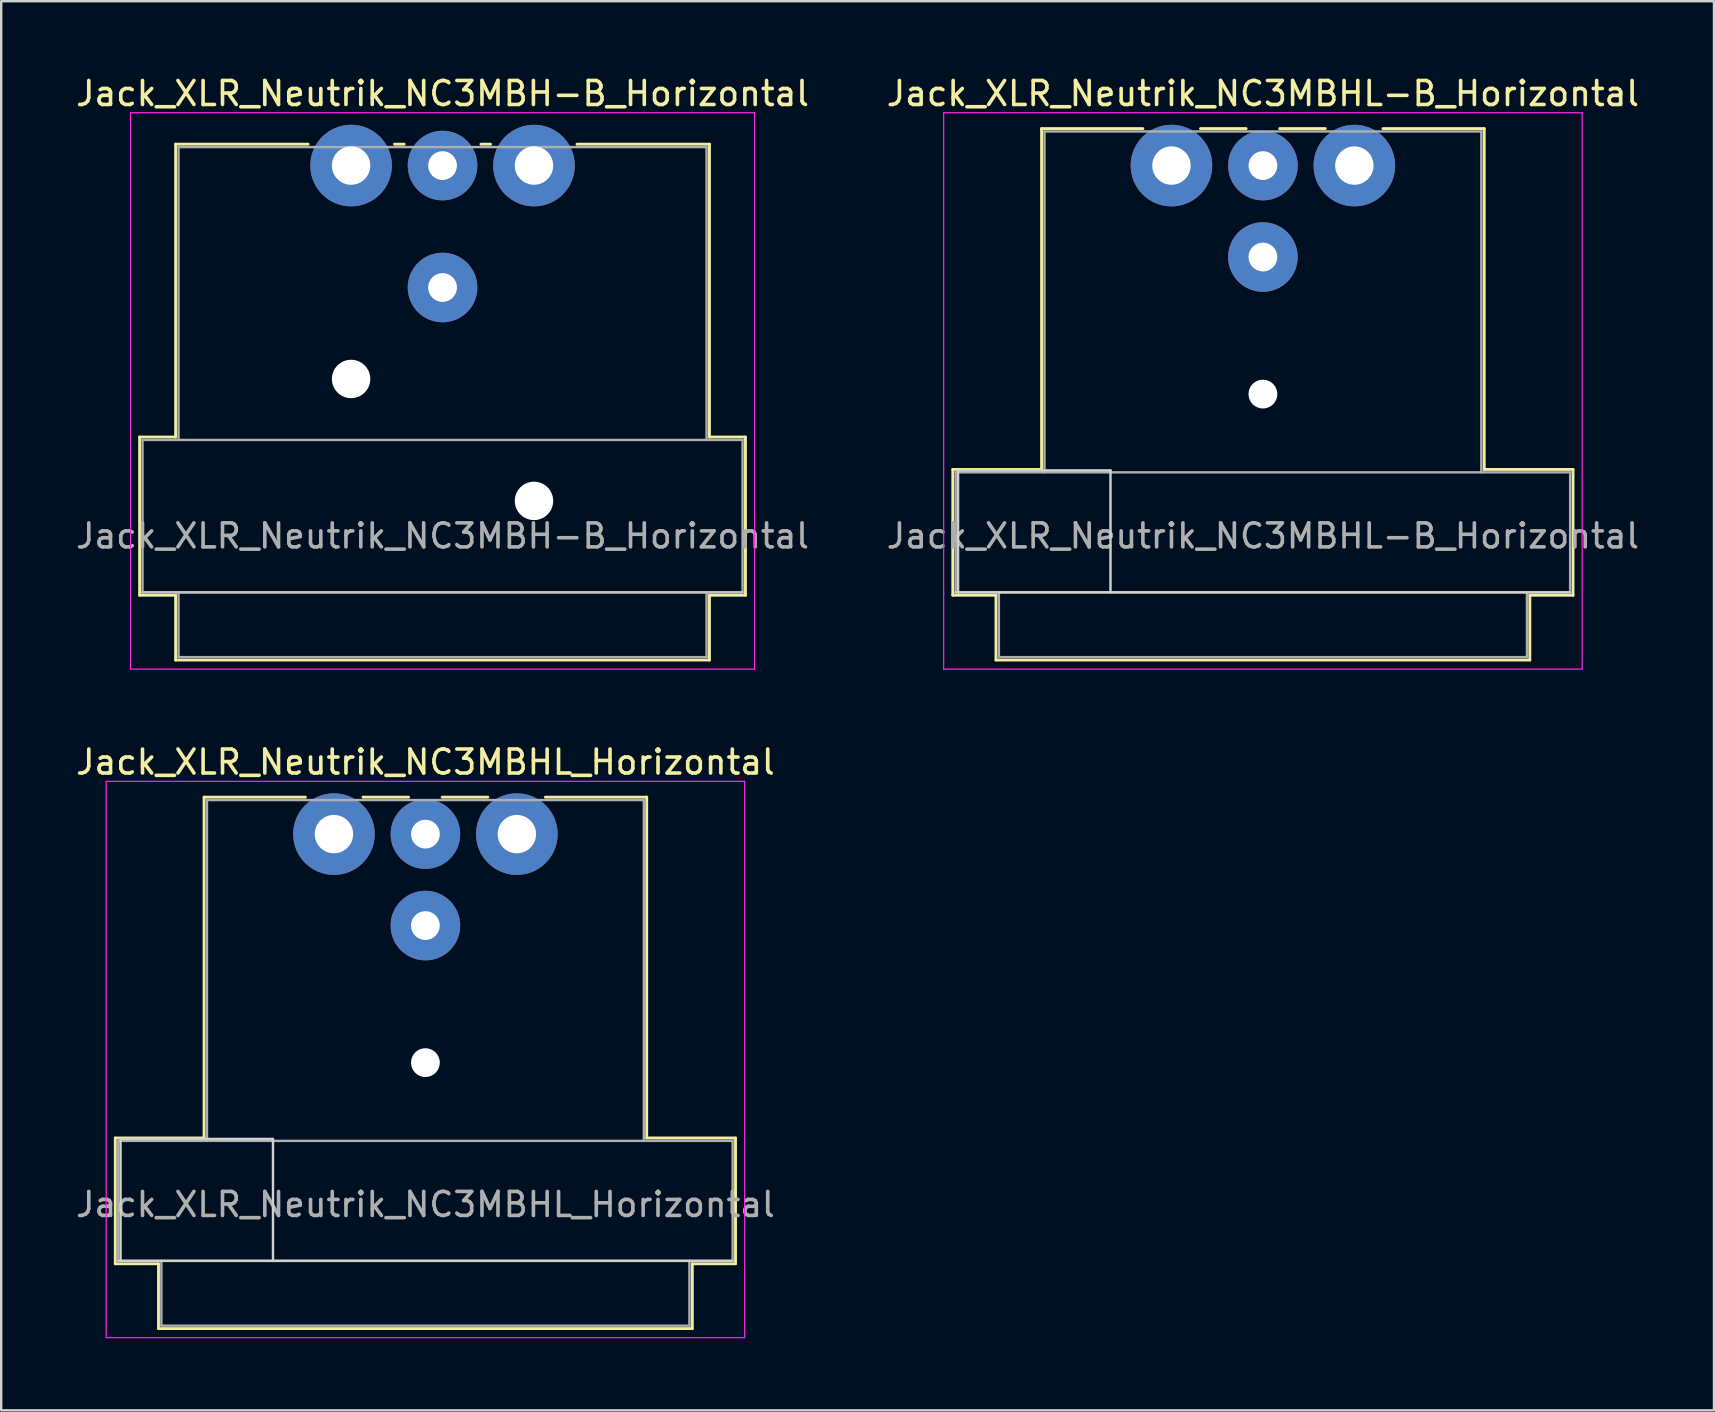
<source format=kicad_pcb>
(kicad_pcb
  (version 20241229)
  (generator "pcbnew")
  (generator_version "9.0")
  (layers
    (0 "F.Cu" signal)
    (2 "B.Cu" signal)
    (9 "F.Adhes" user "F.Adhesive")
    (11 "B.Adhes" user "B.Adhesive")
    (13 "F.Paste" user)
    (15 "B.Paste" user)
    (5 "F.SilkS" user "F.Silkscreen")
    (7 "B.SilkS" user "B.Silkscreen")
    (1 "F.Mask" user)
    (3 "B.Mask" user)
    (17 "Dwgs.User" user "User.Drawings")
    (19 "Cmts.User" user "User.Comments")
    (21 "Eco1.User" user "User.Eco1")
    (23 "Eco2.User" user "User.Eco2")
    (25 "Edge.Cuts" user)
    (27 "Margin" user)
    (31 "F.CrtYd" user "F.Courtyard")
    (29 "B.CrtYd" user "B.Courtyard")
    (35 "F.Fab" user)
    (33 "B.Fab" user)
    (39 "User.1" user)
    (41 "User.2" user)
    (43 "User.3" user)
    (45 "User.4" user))
  (footprint "Jack_XLR_Neutrik_NC3MBHL-B_Horizontal"
    (layer "F.Cu")
    (at 45.755 3.848)
    (property "Reference" "Jack_XLR_Neutrik_NC3MBHL-B_Horizontal" (at 3.81 -3 0) (layer "F.SilkS") (effects (font (size 1 1) (thickness 0.15))))
    (attr through_hole)
    (fp_line (start -9.11 12.66) (end -5.41 12.66) (stroke (width 0.12) (type solid)) (layer "F.SilkS"))
    (fp_line (start -9.11 17.9) (end -9.11 12.66) (stroke (width 0.12) (type solid)) (layer "F.SilkS"))
    (fp_line (start -7.31 17.9) (end -9.11 17.9) (stroke (width 0.12) (type solid)) (layer "F.SilkS"))
    (fp_line (start -7.31 17.9) (end -7.31 20.6) (stroke (width 0.12) (type solid)) (layer "F.SilkS"))
    (fp_line (start -5.41 12.66) (end -5.41 -1.54) (stroke (width 0.12) (type solid)) (layer "F.SilkS"))
    (fp_line (start -1.19 -1.54) (end -5.41 -1.54) (stroke (width 0.12) (type solid)) (layer "F.SilkS"))
    (fp_line (start 3.11 -1.54) (end 1.21 -1.54) (stroke (width 0.12) (type solid)) (layer "F.SilkS"))
    (fp_line (start 4.51 -1.54) (end 6.41 -1.54) (stroke (width 0.12) (type solid)) (layer "F.SilkS"))
    (fp_line (start 13.03 -1.54) (end 8.81 -1.54) (stroke (width 0.12) (type solid)) (layer "F.SilkS"))
    (fp_line (start 13.03 12.66) (end 13.03 -1.54) (stroke (width 0.12) (type solid)) (layer "F.SilkS"))
    (fp_line (start 13.03 12.66) (end 16.73 12.66) (stroke (width 0.12) (type solid)) (layer "F.SilkS"))
    (fp_line (start 14.93 17.9) (end 14.93 20.6) (stroke (width 0.12) (type solid)) (layer "F.SilkS"))
    (fp_line (start 14.93 20.6) (end -7.31 20.6) (stroke (width 0.12) (type solid)) (layer "F.SilkS"))
    (fp_line (start 16.73 17.9) (end 14.93 17.9) (stroke (width 0.12) (type solid)) (layer "F.SilkS"))
    (fp_line (start 16.73 17.9) (end 16.73 12.66) (stroke (width 0.12) (type solid)) (layer "F.SilkS"))
    (fp_line (start -8.89 12.7) (end -8.89 17.78) (stroke (width 0.1) (type solid)) (layer "Edge.Cuts"))
    (fp_line (start -2.54 12.7) (end -8.89 12.7) (stroke (width 0.1) (type solid)) (layer "Edge.Cuts"))
    (fp_line (start -2.54 17.78) (end -2.54 12.7) (stroke (width 0.1) (type solid)) (layer "Edge.Cuts"))
    (fp_line (start 16.61 17.78) (end -8.99 17.78) (stroke (width 0.1) (type solid)) (layer "Edge.Cuts"))
    (fp_line (start -9.49 20.98) (end -9.49 -2.2) (stroke (width 0.05) (type solid)) (layer "F.CrtYd"))
    (fp_line (start 17.11 -2.2) (end -9.49 -2.2) (stroke (width 0.05) (type solid)) (layer "F.CrtYd"))
    (fp_line (start 17.11 20.98) (end -9.49 20.98) (stroke (width 0.05) (type solid)) (layer "F.CrtYd"))
    (fp_line (start 17.11 20.98) (end 17.11 -2.2) (stroke (width 0.05) (type solid)) (layer "F.CrtYd"))
    (fp_line (start -8.99 12.78) (end 16.61 12.78) (stroke (width 0.1) (type solid)) (layer "F.Fab"))
    (fp_line (start -8.99 17.78) (end -8.99 12.78) (stroke (width 0.1) (type solid)) (layer "F.Fab"))
    (fp_line (start -7.19 20.48) (end -7.19 17.78) (stroke (width 0.1) (type solid)) (layer "F.Fab"))
    (fp_line (start -5.29 -1.42) (end -5.29 12.78) (stroke (width 0.1) (type solid)) (layer "F.Fab"))
    (fp_line (start 12.91 -1.42) (end -5.29 -1.42) (stroke (width 0.1) (type solid)) (layer "F.Fab"))
    (fp_line (start 12.91 12.78) (end 12.91 -1.42) (stroke (width 0.1) (type solid)) (layer "F.Fab"))
    (fp_line (start 14.81 17.78) (end 14.81 20.48) (stroke (width 0.1) (type solid)) (layer "F.Fab"))
    (fp_line (start 14.81 20.48) (end -7.19 20.48) (stroke (width 0.1) (type solid)) (layer "F.Fab"))
    (fp_line (start 16.61 12.78) (end 16.61 17.78) (stroke (width 0.1) (type solid)) (layer "F.Fab"))
    (fp_line (start 16.61 17.78) (end -8.99 17.78) (stroke (width 0.1) (type solid)) (layer "F.Fab"))
    (fp_text user "${REFERENCE}" (at 3.81 15.43 0) (layer "F.Fab") (effects (font (size 1 1) (thickness 0.15))))
    (pad "" np_thru_hole circle (at 3.81 9.52) (size 1.2 1.2) (drill 1.2) (layers "*.Cu" "*.Mask"))
    (pad "1" thru_hole circle (at 0 0) (size 3.4 3.4) (drill 1.6) (layers "*.Cu" "*.Mask"))
    (pad "2" thru_hole circle (at 3.81 0) (size 2.9 2.9) (drill 1.2) (layers "*.Cu" "*.Mask"))
    (pad "3" thru_hole circle (at 7.62 0) (size 3.4 3.4) (drill 1.6) (layers "*.Cu" "*.Mask"))
    (pad "G" thru_hole circle (at 3.81 3.81) (size 2.9 2.9) (drill 1.2) (layers "*.Cu" "*.Mask")))
  (footprint "Jack_XLR_Neutrik_NC3MBHL_Horizontal"
    (layer "F.Cu")
    (at 10.863 31.701)
    (property "Reference" "Jack_XLR_Neutrik_NC3MBHL_Horizontal" (at 3.81 -3 0) (layer "F.SilkS") (effects (font (size 1 1) (thickness 0.15))))
    (attr through_hole)
    (fp_line (start -9.11 12.66) (end -5.41 12.66) (stroke (width 0.12) (type solid)) (layer "F.SilkS"))
    (fp_line (start -9.11 17.9) (end -9.11 12.66) (stroke (width 0.12) (type solid)) (layer "F.SilkS"))
    (fp_line (start -7.31 17.9) (end -9.11 17.9) (stroke (width 0.12) (type solid)) (layer "F.SilkS"))
    (fp_line (start -7.31 17.9) (end -7.31 20.6) (stroke (width 0.12) (type solid)) (layer "F.SilkS"))
    (fp_line (start -5.41 12.66) (end -5.41 -1.54) (stroke (width 0.12) (type solid)) (layer "F.SilkS"))
    (fp_line (start -1.19 -1.54) (end -5.41 -1.54) (stroke (width 0.12) (type solid)) (layer "F.SilkS"))
    (fp_line (start 3.11 -1.54) (end 1.21 -1.54) (stroke (width 0.12) (type solid)) (layer "F.SilkS"))
    (fp_line (start 4.51 -1.54) (end 6.41 -1.54) (stroke (width 0.12) (type solid)) (layer "F.SilkS"))
    (fp_line (start 13.03 -1.54) (end 8.81 -1.54) (stroke (width 0.12) (type solid)) (layer "F.SilkS"))
    (fp_line (start 13.03 12.66) (end 13.03 -1.54) (stroke (width 0.12) (type solid)) (layer "F.SilkS"))
    (fp_line (start 13.03 12.66) (end 16.73 12.66) (stroke (width 0.12) (type solid)) (layer "F.SilkS"))
    (fp_line (start 14.93 17.9) (end 14.93 20.6) (stroke (width 0.12) (type solid)) (layer "F.SilkS"))
    (fp_line (start 14.93 20.6) (end -7.31 20.6) (stroke (width 0.12) (type solid)) (layer "F.SilkS"))
    (fp_line (start 16.73 17.9) (end 14.93 17.9) (stroke (width 0.12) (type solid)) (layer "F.SilkS"))
    (fp_line (start 16.73 17.9) (end 16.73 12.66) (stroke (width 0.12) (type solid)) (layer "F.SilkS"))
    (fp_line (start -8.89 12.7) (end -8.89 17.78) (stroke (width 0.1) (type solid)) (layer "Edge.Cuts"))
    (fp_line (start -2.54 12.7) (end -8.89 12.7) (stroke (width 0.1) (type solid)) (layer "Edge.Cuts"))
    (fp_line (start -2.54 17.78) (end -2.54 12.7) (stroke (width 0.1) (type solid)) (layer "Edge.Cuts"))
    (fp_line (start 16.61 17.78) (end -8.99 17.78) (stroke (width 0.1) (type solid)) (layer "Edge.Cuts"))
    (fp_line (start -9.49 20.98) (end -9.49 -2.2) (stroke (width 0.05) (type solid)) (layer "F.CrtYd"))
    (fp_line (start 17.11 -2.2) (end -9.49 -2.2) (stroke (width 0.05) (type solid)) (layer "F.CrtYd"))
    (fp_line (start 17.11 20.98) (end -9.49 20.98) (stroke (width 0.05) (type solid)) (layer "F.CrtYd"))
    (fp_line (start 17.11 20.98) (end 17.11 -2.2) (stroke (width 0.05) (type solid)) (layer "F.CrtYd"))
    (fp_line (start -8.99 12.78) (end 16.61 12.78) (stroke (width 0.1) (type solid)) (layer "F.Fab"))
    (fp_line (start -8.99 17.78) (end -8.99 12.78) (stroke (width 0.1) (type solid)) (layer "F.Fab"))
    (fp_line (start -7.19 20.48) (end -7.19 17.78) (stroke (width 0.1) (type solid)) (layer "F.Fab"))
    (fp_line (start -5.29 -1.42) (end -5.29 12.78) (stroke (width 0.1) (type solid)) (layer "F.Fab"))
    (fp_line (start 12.91 -1.42) (end -5.29 -1.42) (stroke (width 0.1) (type solid)) (layer "F.Fab"))
    (fp_line (start 12.91 12.78) (end 12.91 -1.42) (stroke (width 0.1) (type solid)) (layer "F.Fab"))
    (fp_line (start 14.81 17.78) (end 14.81 20.48) (stroke (width 0.1) (type solid)) (layer "F.Fab"))
    (fp_line (start 14.81 20.48) (end -7.19 20.48) (stroke (width 0.1) (type solid)) (layer "F.Fab"))
    (fp_line (start 16.61 12.78) (end 16.61 17.78) (stroke (width 0.1) (type solid)) (layer "F.Fab"))
    (fp_line (start 16.61 17.78) (end -8.99 17.78) (stroke (width 0.1) (type solid)) (layer "F.Fab"))
    (fp_text user "${REFERENCE}" (at 3.81 15.43 0) (layer "F.Fab") (effects (font (size 1 1) (thickness 0.15))))
    (pad "" np_thru_hole circle (at 3.81 9.52) (size 1.2 1.2) (drill 1.2) (layers "*.Cu" "*.Mask"))
    (pad "1" thru_hole circle (at 0 0) (size 3.4 3.4) (drill 1.6) (layers "*.Cu" "*.Mask"))
    (pad "2" thru_hole circle (at 3.81 0) (size 2.9 2.9) (drill 1.2) (layers "*.Cu" "*.Mask"))
    (pad "3" thru_hole circle (at 7.62 0) (size 3.4 3.4) (drill 1.6) (layers "*.Cu" "*.Mask"))
    (pad "G" thru_hole circle (at 3.81 3.81) (size 2.9 2.9) (drill 1.2) (layers "*.Cu" "*.Mask")))
  (footprint "Jack_XLR_Neutrik_NC3MBH-B_Horizontal"
    (layer "F.Cu")
    (at 11.577 3.848)
    (property "Reference" "Jack_XLR_Neutrik_NC3MBH-B_Horizontal" (at 3.81 -3 0) (layer "F.SilkS") (effects (font (size 1 1) (thickness 0.15))))
    (attr through_hole)
    (fp_line (start -8.81 11.31) (end -7.31 11.31) (stroke (width 0.12) (type solid)) (layer "F.SilkS"))
    (fp_line (start -8.81 17.9) (end -8.81 11.31) (stroke (width 0.12) (type solid)) (layer "F.SilkS"))
    (fp_line (start -7.31 11.31) (end -7.31 -0.89) (stroke (width 0.12) (type solid)) (layer "F.SilkS"))
    (fp_line (start -7.31 17.9) (end -8.81 17.9) (stroke (width 0.12) (type solid)) (layer "F.SilkS"))
    (fp_line (start -7.31 17.9) (end -7.31 20.6) (stroke (width 0.12) (type solid)) (layer "F.SilkS"))
    (fp_line (start -1.79 -0.89) (end -7.31 -0.89) (stroke (width 0.12) (type solid)) (layer "F.SilkS"))
    (fp_line (start 2.21 -0.89) (end 1.81 -0.89) (stroke (width 0.12) (type solid)) (layer "F.SilkS"))
    (fp_line (start 5.41 -0.89) (end 5.81 -0.89) (stroke (width 0.12) (type solid)) (layer "F.SilkS"))
    (fp_line (start 14.93 -0.89) (end 9.41 -0.89) (stroke (width 0.12) (type solid)) (layer "F.SilkS"))
    (fp_line (start 14.93 11.31) (end 14.93 -0.89) (stroke (width 0.12) (type solid)) (layer "F.SilkS"))
    (fp_line (start 14.93 11.31) (end 16.43 11.31) (stroke (width 0.12) (type solid)) (layer "F.SilkS"))
    (fp_line (start 14.93 17.9) (end 14.93 20.6) (stroke (width 0.12) (type solid)) (layer "F.SilkS"))
    (fp_line (start 14.93 20.6) (end -7.31 20.6) (stroke (width 0.12) (type solid)) (layer "F.SilkS"))
    (fp_line (start 16.43 17.9) (end 14.93 17.9) (stroke (width 0.12) (type solid)) (layer "F.SilkS"))
    (fp_line (start 16.43 17.9) (end 16.43 11.31) (stroke (width 0.12) (type solid)) (layer "F.SilkS"))
    (fp_line (start 16.31 17.78) (end -8.69 17.78) (stroke (width 0.1) (type solid)) (layer "Dwgs.User"))
    (fp_line (start -9.19 20.98) (end -9.19 -2.2) (stroke (width 0.05) (type solid)) (layer "F.CrtYd"))
    (fp_line (start 16.81 -2.2) (end -9.19 -2.2) (stroke (width 0.05) (type solid)) (layer "F.CrtYd"))
    (fp_line (start 16.81 20.98) (end -9.19 20.98) (stroke (width 0.05) (type solid)) (layer "F.CrtYd"))
    (fp_line (start 16.81 20.98) (end 16.81 -2.2) (stroke (width 0.05) (type solid)) (layer "F.CrtYd"))
    (fp_line (start -8.69 11.43) (end 16.31 11.43) (stroke (width 0.1) (type solid)) (layer "F.Fab"))
    (fp_line (start -8.69 17.78) (end -8.69 11.43) (stroke (width 0.1) (type solid)) (layer "F.Fab"))
    (fp_line (start -7.19 -0.77) (end -7.19 11.43) (stroke (width 0.1) (type solid)) (layer "F.Fab"))
    (fp_line (start -7.19 20.48) (end -7.19 17.78) (stroke (width 0.1) (type solid)) (layer "F.Fab"))
    (fp_line (start 14.81 -0.77) (end -7.19 -0.77) (stroke (width 0.1) (type solid)) (layer "F.Fab"))
    (fp_line (start 14.81 11.43) (end 14.81 -0.77) (stroke (width 0.1) (type solid)) (layer "F.Fab"))
    (fp_line (start 14.81 17.78) (end 14.81 20.48) (stroke (width 0.1) (type solid)) (layer "F.Fab"))
    (fp_line (start 14.81 20.48) (end -7.19 20.48) (stroke (width 0.1) (type solid)) (layer "F.Fab"))
    (fp_line (start 16.31 11.43) (end 16.31 17.78) (stroke (width 0.1) (type solid)) (layer "F.Fab"))
    (fp_line (start 16.31 17.78) (end -8.69 17.78) (stroke (width 0.1) (type solid)) (layer "F.Fab"))
    (fp_text user "${REFERENCE}" (at 3.81 15.43 0) (layer "F.Fab") (effects (font (size 1 1) (thickness 0.15))))
    (pad "" np_thru_hole circle (at 0 8.89) (size 1.6 1.6) (drill 1.6) (layers "*.Cu" "*.Mask"))
    (pad "" np_thru_hole circle (at 7.62 13.97) (size 1.6 1.6) (drill 1.6) (layers "*.Cu" "*.Mask"))
    (pad "1" thru_hole circle (at 0 0) (size 3.4 3.4) (drill 1.6) (layers "*.Cu" "*.Mask"))
    (pad "2" thru_hole circle (at 7.62 0) (size 3.4 3.4) (drill 1.6) (layers "*.Cu" "*.Mask"))
    (pad "3" thru_hole circle (at 3.81 0) (size 2.9 2.9) (drill 1.2) (layers "*.Cu" "*.Mask"))
    (pad "G" thru_hole circle (at 3.81 5.08) (size 2.9 2.9) (drill 1.2) (layers "*.Cu" "*.Mask")))
  (gr_rect
    (start -3 -3)
    (end 68.357 55.706)
    (stroke (width 0.1) (type default))
    (fill no)
    (layer "Edge.Cuts")))
</source>
